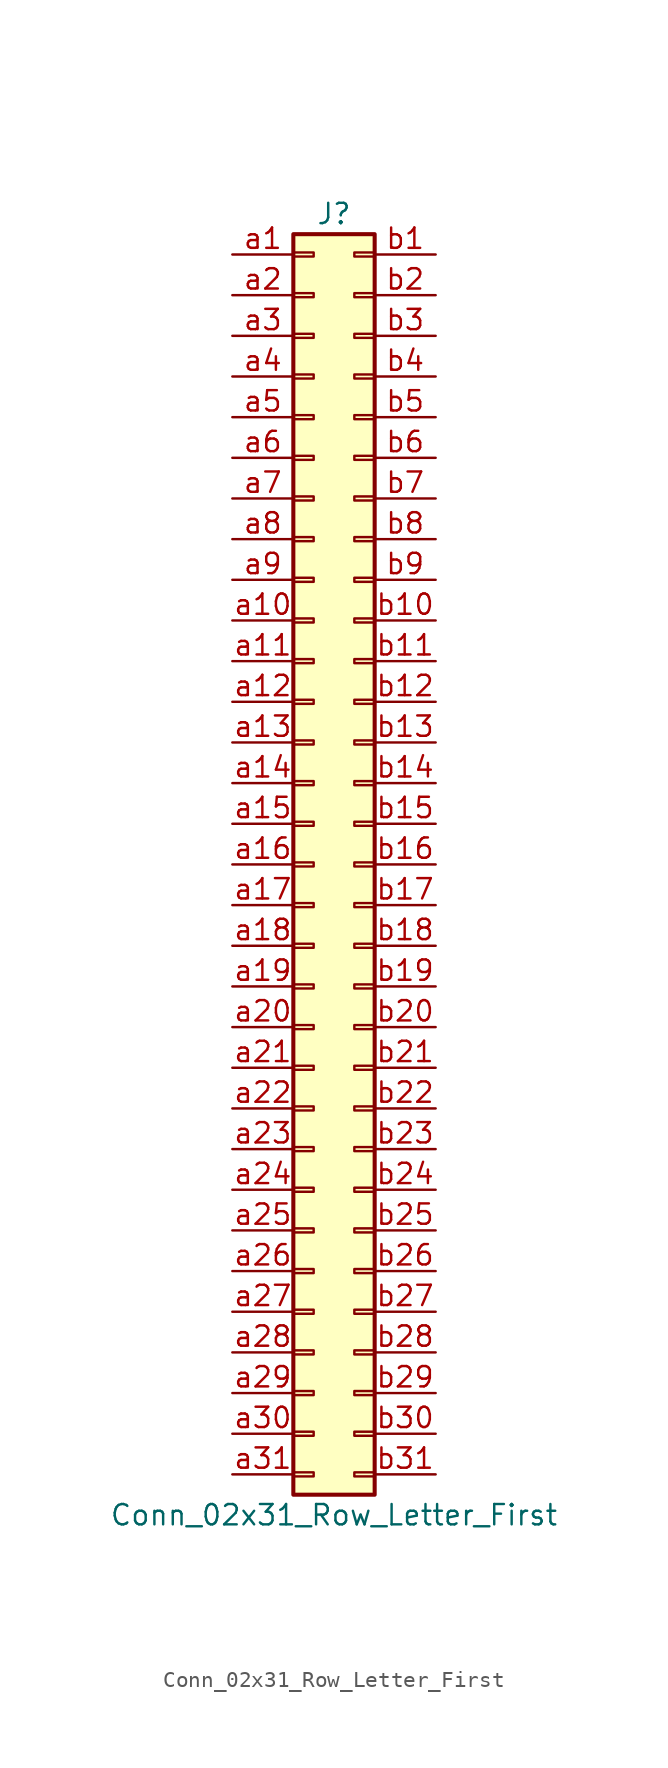
<source format=kicad_sym>
(kicad_symbol_lib
  (version 20201005)
  (generator kicad_symbol_editor)
  (symbol "Connector_Generic:Conn_02x31_Row_Letter_First"
    (pin_names
      (offset 1.016) hide)
    (property "Reference" "J"
      (at 1.27 40.64 0)
      (effects (font (size 1.27 1.27))))
    (property "Value" "Conn_02x31_Row_Letter_First"
      (at 1.27 -40.64 0)
      (effects (font (size 1.27 1.27))))
    (symbol "Conn_02x31_Row_Letter_First_1_1"
      (rectangle (start -1.27 -27.813) (end 0 -28.067) (stroke (width 0.152)) (fill (type none)))
      (rectangle (start -1.27 -30.353) (end 0 -30.607) (stroke (width 0.152)) (fill (type none)))
      (rectangle (start -1.27 -32.893) (end 0 -33.147) (stroke (width 0.152)) (fill (type none)))
      (rectangle (start -1.27 -35.433) (end 0 -35.687) (stroke (width 0.152)) (fill (type none)))
      (rectangle (start -1.27 -37.973) (end 0 -38.227) (stroke (width 0.152)) (fill (type none)))
      (rectangle (start -1.27 -4.953) (end 0 -5.207) (stroke (width 0.152)) (fill (type none)))
      (rectangle (start -1.27 -7.493) (end 0 -7.747) (stroke (width 0.152)) (fill (type none)))
      (rectangle (start -1.27 -10.033) (end 0 -10.287) (stroke (width 0.152)) (fill (type none)))
      (rectangle (start -1.27 -12.573) (end 0 -12.827) (stroke (width 0.152)) (fill (type none)))
      (rectangle (start -1.27 -15.113) (end 0 -15.367) (stroke (width 0.152)) (fill (type none)))
      (rectangle (start -1.27 -17.653) (end 0 -17.907) (stroke (width 0.152)) (fill (type none)))
      (rectangle (start -1.27 -20.193) (end 0 -20.447) (stroke (width 0.152)) (fill (type none)))
      (rectangle (start -1.27 -22.733) (end 0 -22.987) (stroke (width 0.152)) (fill (type none)))
      (rectangle (start -1.27 -2.413) (end 0 -2.667) (stroke (width 0.152)) (fill (type none)))
      (rectangle (start -1.27 -25.273) (end 0 -25.527) (stroke (width 0.152)) (fill (type none)))
      (rectangle (start -1.27 25.527) (end 0 25.273) (stroke (width 0.152)) (fill (type none)))
      (rectangle (start -1.27 2.667) (end 0 2.413) (stroke (width 0.152)) (fill (type none)))
      (rectangle (start -1.27 28.067) (end 0 27.813) (stroke (width 0.152)) (fill (type none)))
      (rectangle (start -1.27 30.607) (end 0 30.353) (stroke (width 0.152)) (fill (type none)))
      (rectangle (start -1.27 33.147) (end 0 32.893) (stroke (width 0.152)) (fill (type none)))
      (rectangle (start -1.27 35.687) (end 0 35.433) (stroke (width 0.152)) (fill (type none)))
      (rectangle (start -1.27 38.227) (end 0 37.973) (stroke (width 0.152)) (fill (type none)))
      (rectangle (start -1.27 39.37) (end 3.81 -39.37) (stroke (width 0.254)) (fill (type background)))
      (rectangle (start -1.27 5.207) (end 0 4.953) (stroke (width 0.152)) (fill (type none)))
      (rectangle (start -1.27 7.747) (end 0 7.493) (stroke (width 0.152)) (fill (type none)))
      (rectangle (start -1.27 10.287) (end 0 10.033) (stroke (width 0.152)) (fill (type none)))
      (rectangle (start -1.27 0.127) (end 0 -0.127) (stroke (width 0.152)) (fill (type none)))
      (rectangle (start -1.27 12.827) (end 0 12.573) (stroke (width 0.152)) (fill (type none)))
      (rectangle (start -1.27 15.367) (end 0 15.113) (stroke (width 0.152)) (fill (type none)))
      (rectangle (start -1.27 17.907) (end 0 17.653) (stroke (width 0.152)) (fill (type none)))
      (rectangle (start -1.27 20.447) (end 0 20.193) (stroke (width 0.152)) (fill (type none)))
      (rectangle (start -1.27 22.987) (end 0 22.733) (stroke (width 0.152)) (fill (type none)))
      (rectangle (start 3.81 -27.813) (end 2.54 -28.067) (stroke (width 0.152)) (fill (type none)))
      (rectangle (start 3.81 -30.353) (end 2.54 -30.607) (stroke (width 0.152)) (fill (type none)))
      (rectangle (start 3.81 -32.893) (end 2.54 -33.147) (stroke (width 0.152)) (fill (type none)))
      (rectangle (start 3.81 -35.433) (end 2.54 -35.687) (stroke (width 0.152)) (fill (type none)))
      (rectangle (start 3.81 -37.973) (end 2.54 -38.227) (stroke (width 0.152)) (fill (type none)))
      (rectangle (start 3.81 -4.953) (end 2.54 -5.207) (stroke (width 0.152)) (fill (type none)))
      (rectangle (start 3.81 -7.493) (end 2.54 -7.747) (stroke (width 0.152)) (fill (type none)))
      (rectangle (start 3.81 -10.033) (end 2.54 -10.287) (stroke (width 0.152)) (fill (type none)))
      (rectangle (start 3.81 -12.573) (end 2.54 -12.827) (stroke (width 0.152)) (fill (type none)))
      (rectangle (start 3.81 -15.113) (end 2.54 -15.367) (stroke (width 0.152)) (fill (type none)))
      (rectangle (start 3.81 -17.653) (end 2.54 -17.907) (stroke (width 0.152)) (fill (type none)))
      (rectangle (start 3.81 -20.193) (end 2.54 -20.447) (stroke (width 0.152)) (fill (type none)))
      (rectangle (start 3.81 -22.733) (end 2.54 -22.987) (stroke (width 0.152)) (fill (type none)))
      (rectangle (start 3.81 -2.413) (end 2.54 -2.667) (stroke (width 0.152)) (fill (type none)))
      (rectangle (start 3.81 -25.273) (end 2.54 -25.527) (stroke (width 0.152)) (fill (type none)))
      (rectangle (start 3.81 25.527) (end 2.54 25.273) (stroke (width 0.152)) (fill (type none)))
      (rectangle (start 3.81 2.667) (end 2.54 2.413) (stroke (width 0.152)) (fill (type none)))
      (rectangle (start 3.81 28.067) (end 2.54 27.813) (stroke (width 0.152)) (fill (type none)))
      (rectangle (start 3.81 30.607) (end 2.54 30.353) (stroke (width 0.152)) (fill (type none)))
      (rectangle (start 3.81 33.147) (end 2.54 32.893) (stroke (width 0.152)) (fill (type none)))
      (rectangle (start 3.81 35.687) (end 2.54 35.433) (stroke (width 0.152)) (fill (type none)))
      (rectangle (start 3.81 38.227) (end 2.54 37.973) (stroke (width 0.152)) (fill (type none)))
      (rectangle (start 3.81 5.207) (end 2.54 4.953) (stroke (width 0.152)) (fill (type none)))
      (rectangle (start 3.81 7.747) (end 2.54 7.493) (stroke (width 0.152)) (fill (type none)))
      (rectangle (start 3.81 10.287) (end 2.54 10.033) (stroke (width 0.152)) (fill (type none)))
      (rectangle (start 3.81 0.127) (end 2.54 -0.127) (stroke (width 0.152)) (fill (type none)))
      (rectangle (start 3.81 12.827) (end 2.54 12.573) (stroke (width 0.152)) (fill (type none)))
      (rectangle (start 3.81 15.367) (end 2.54 15.113) (stroke (width 0.152)) (fill (type none)))
      (rectangle (start 3.81 17.907) (end 2.54 17.653) (stroke (width 0.152)) (fill (type none)))
      (rectangle (start 3.81 20.447) (end 2.54 20.193) (stroke (width 0.152)) (fill (type none)))
      (rectangle (start 3.81 22.987) (end 2.54 22.733) (stroke (width 0.152)) (fill (type none)))
      (pin passive line (at -5.08 38.1 0) (length 3.81) (name "Pin_a1" (effects (font (size 1.27 1.27)))) (number "a1" (effects (font (size 1.27 1.27)))))
      (pin passive line (at -5.08 15.24 0) (length 3.81) (name "Pin_a10" (effects (font (size 1.27 1.27)))) (number "a10" (effects (font (size 1.27 1.27)))))
      (pin passive line (at -5.08 12.7 0) (length 3.81) (name "Pin_a11" (effects (font (size 1.27 1.27)))) (number "a11" (effects (font (size 1.27 1.27)))))
      (pin passive line (at -5.08 10.16 0) (length 3.81) (name "Pin_a12" (effects (font (size 1.27 1.27)))) (number "a12" (effects (font (size 1.27 1.27)))))
      (pin passive line (at -5.08 7.62 0) (length 3.81) (name "Pin_a13" (effects (font (size 1.27 1.27)))) (number "a13" (effects (font (size 1.27 1.27)))))
      (pin passive line (at -5.08 5.08 0) (length 3.81) (name "Pin_a14" (effects (font (size 1.27 1.27)))) (number "a14" (effects (font (size 1.27 1.27)))))
      (pin passive line (at -5.08 2.54 0) (length 3.81) (name "Pin_a15" (effects (font (size 1.27 1.27)))) (number "a15" (effects (font (size 1.27 1.27)))))
      (pin passive line (at -5.08 0 0) (length 3.81) (name "Pin_a16" (effects (font (size 1.27 1.27)))) (number "a16" (effects (font (size 1.27 1.27)))))
      (pin passive line (at -5.08 -2.54 0) (length 3.81) (name "Pin_a17" (effects (font (size 1.27 1.27)))) (number "a17" (effects (font (size 1.27 1.27)))))
      (pin passive line (at -5.08 -5.08 0) (length 3.81) (name "Pin_a18" (effects (font (size 1.27 1.27)))) (number "a18" (effects (font (size 1.27 1.27)))))
      (pin passive line (at -5.08 -7.62 0) (length 3.81) (name "Pin_a19" (effects (font (size 1.27 1.27)))) (number "a19" (effects (font (size 1.27 1.27)))))
      (pin passive line (at -5.08 35.56 0) (length 3.81) (name "Pin_a2" (effects (font (size 1.27 1.27)))) (number "a2" (effects (font (size 1.27 1.27)))))
      (pin passive line (at -5.08 -10.16 0) (length 3.81) (name "Pin_a20" (effects (font (size 1.27 1.27)))) (number "a20" (effects (font (size 1.27 1.27)))))
      (pin passive line (at -5.08 -12.7 0) (length 3.81) (name "Pin_a21" (effects (font (size 1.27 1.27)))) (number "a21" (effects (font (size 1.27 1.27)))))
      (pin passive line (at -5.08 -15.24 0) (length 3.81) (name "Pin_a22" (effects (font (size 1.27 1.27)))) (number "a22" (effects (font (size 1.27 1.27)))))
      (pin passive line (at -5.08 -17.78 0) (length 3.81) (name "Pin_a23" (effects (font (size 1.27 1.27)))) (number "a23" (effects (font (size 1.27 1.27)))))
      (pin passive line (at -5.08 -20.32 0) (length 3.81) (name "Pin_a24" (effects (font (size 1.27 1.27)))) (number "a24" (effects (font (size 1.27 1.27)))))
      (pin passive line (at -5.08 -22.86 0) (length 3.81) (name "Pin_a25" (effects (font (size 1.27 1.27)))) (number "a25" (effects (font (size 1.27 1.27)))))
      (pin passive line (at -5.08 -25.4 0) (length 3.81) (name "Pin_a26" (effects (font (size 1.27 1.27)))) (number "a26" (effects (font (size 1.27 1.27)))))
      (pin passive line (at -5.08 -27.94 0) (length 3.81) (name "Pin_a27" (effects (font (size 1.27 1.27)))) (number "a27" (effects (font (size 1.27 1.27)))))
      (pin passive line (at -5.08 -30.48 0) (length 3.81) (name "Pin_a28" (effects (font (size 1.27 1.27)))) (number "a28" (effects (font (size 1.27 1.27)))))
      (pin passive line (at -5.08 -33.02 0) (length 3.81) (name "Pin_a29" (effects (font (size 1.27 1.27)))) (number "a29" (effects (font (size 1.27 1.27)))))
      (pin passive line (at -5.08 33.02 0) (length 3.81) (name "Pin_a3" (effects (font (size 1.27 1.27)))) (number "a3" (effects (font (size 1.27 1.27)))))
      (pin passive line (at -5.08 -35.56 0) (length 3.81) (name "Pin_a30" (effects (font (size 1.27 1.27)))) (number "a30" (effects (font (size 1.27 1.27)))))
      (pin passive line (at -5.08 -38.1 0) (length 3.81) (name "Pin_a31" (effects (font (size 1.27 1.27)))) (number "a31" (effects (font (size 1.27 1.27)))))
      (pin passive line (at -5.08 30.48 0) (length 3.81) (name "Pin_a4" (effects (font (size 1.27 1.27)))) (number "a4" (effects (font (size 1.27 1.27)))))
      (pin passive line (at -5.08 27.94 0) (length 3.81) (name "Pin_a5" (effects (font (size 1.27 1.27)))) (number "a5" (effects (font (size 1.27 1.27)))))
      (pin passive line (at -5.08 25.4 0) (length 3.81) (name "Pin_a6" (effects (font (size 1.27 1.27)))) (number "a6" (effects (font (size 1.27 1.27)))))
      (pin passive line (at -5.08 22.86 0) (length 3.81) (name "Pin_a7" (effects (font (size 1.27 1.27)))) (number "a7" (effects (font (size 1.27 1.27)))))
      (pin passive line (at -5.08 20.32 0) (length 3.81) (name "Pin_a8" (effects (font (size 1.27 1.27)))) (number "a8" (effects (font (size 1.27 1.27)))))
      (pin passive line (at -5.08 17.78 0) (length 3.81) (name "Pin_a9" (effects (font (size 1.27 1.27)))) (number "a9" (effects (font (size 1.27 1.27)))))
      (pin passive line (at 7.62 38.1 180) (length 3.81) (name "Pin_b1" (effects (font (size 1.27 1.27)))) (number "b1" (effects (font (size 1.27 1.27)))))
      (pin passive line (at 7.62 15.24 180) (length 3.81) (name "Pin_b10" (effects (font (size 1.27 1.27)))) (number "b10" (effects (font (size 1.27 1.27)))))
      (pin passive line (at 7.62 12.7 180) (length 3.81) (name "Pin_b11" (effects (font (size 1.27 1.27)))) (number "b11" (effects (font (size 1.27 1.27)))))
      (pin passive line (at 7.62 10.16 180) (length 3.81) (name "Pin_b12" (effects (font (size 1.27 1.27)))) (number "b12" (effects (font (size 1.27 1.27)))))
      (pin passive line (at 7.62 7.62 180) (length 3.81) (name "Pin_b13" (effects (font (size 1.27 1.27)))) (number "b13" (effects (font (size 1.27 1.27)))))
      (pin passive line (at 7.62 5.08 180) (length 3.81) (name "Pin_b14" (effects (font (size 1.27 1.27)))) (number "b14" (effects (font (size 1.27 1.27)))))
      (pin passive line (at 7.62 2.54 180) (length 3.81) (name "Pin_b15" (effects (font (size 1.27 1.27)))) (number "b15" (effects (font (size 1.27 1.27)))))
      (pin passive line (at 7.62 0 180) (length 3.81) (name "Pin_b16" (effects (font (size 1.27 1.27)))) (number "b16" (effects (font (size 1.27 1.27)))))
      (pin passive line (at 7.62 -2.54 180) (length 3.81) (name "Pin_b17" (effects (font (size 1.27 1.27)))) (number "b17" (effects (font (size 1.27 1.27)))))
      (pin passive line (at 7.62 -5.08 180) (length 3.81) (name "Pin_b18" (effects (font (size 1.27 1.27)))) (number "b18" (effects (font (size 1.27 1.27)))))
      (pin passive line (at 7.62 -7.62 180) (length 3.81) (name "Pin_b19" (effects (font (size 1.27 1.27)))) (number "b19" (effects (font (size 1.27 1.27)))))
      (pin passive line (at 7.62 35.56 180) (length 3.81) (name "Pin_b2" (effects (font (size 1.27 1.27)))) (number "b2" (effects (font (size 1.27 1.27)))))
      (pin passive line (at 7.62 -10.16 180) (length 3.81) (name "Pin_b20" (effects (font (size 1.27 1.27)))) (number "b20" (effects (font (size 1.27 1.27)))))
      (pin passive line (at 7.62 -12.7 180) (length 3.81) (name "Pin_b21" (effects (font (size 1.27 1.27)))) (number "b21" (effects (font (size 1.27 1.27)))))
      (pin passive line (at 7.62 -15.24 180) (length 3.81) (name "Pin_b22" (effects (font (size 1.27 1.27)))) (number "b22" (effects (font (size 1.27 1.27)))))
      (pin passive line (at 7.62 -17.78 180) (length 3.81) (name "Pin_b23" (effects (font (size 1.27 1.27)))) (number "b23" (effects (font (size 1.27 1.27)))))
      (pin passive line (at 7.62 -20.32 180) (length 3.81) (name "Pin_b24" (effects (font (size 1.27 1.27)))) (number "b24" (effects (font (size 1.27 1.27)))))
      (pin passive line (at 7.62 -22.86 180) (length 3.81) (name "Pin_b25" (effects (font (size 1.27 1.27)))) (number "b25" (effects (font (size 1.27 1.27)))))
      (pin passive line (at 7.62 -25.4 180) (length 3.81) (name "Pin_b26" (effects (font (size 1.27 1.27)))) (number "b26" (effects (font (size 1.27 1.27)))))
      (pin passive line (at 7.62 -27.94 180) (length 3.81) (name "Pin_b27" (effects (font (size 1.27 1.27)))) (number "b27" (effects (font (size 1.27 1.27)))))
      (pin passive line (at 7.62 -30.48 180) (length 3.81) (name "Pin_b28" (effects (font (size 1.27 1.27)))) (number "b28" (effects (font (size 1.27 1.27)))))
      (pin passive line (at 7.62 -33.02 180) (length 3.81) (name "Pin_b29" (effects (font (size 1.27 1.27)))) (number "b29" (effects (font (size 1.27 1.27)))))
      (pin passive line (at 7.62 33.02 180) (length 3.81) (name "Pin_b3" (effects (font (size 1.27 1.27)))) (number "b3" (effects (font (size 1.27 1.27)))))
      (pin passive line (at 7.62 -35.56 180) (length 3.81) (name "Pin_b30" (effects (font (size 1.27 1.27)))) (number "b30" (effects (font (size 1.27 1.27)))))
      (pin passive line (at 7.62 -38.1 180) (length 3.81) (name "Pin_b31" (effects (font (size 1.27 1.27)))) (number "b31" (effects (font (size 1.27 1.27)))))
      (pin passive line (at 7.62 30.48 180) (length 3.81) (name "Pin_b4" (effects (font (size 1.27 1.27)))) (number "b4" (effects (font (size 1.27 1.27)))))
      (pin passive line (at 7.62 27.94 180) (length 3.81) (name "Pin_b5" (effects (font (size 1.27 1.27)))) (number "b5" (effects (font (size 1.27 1.27)))))
      (pin passive line (at 7.62 25.4 180) (length 3.81) (name "Pin_b6" (effects (font (size 1.27 1.27)))) (number "b6" (effects (font (size 1.27 1.27)))))
      (pin passive line (at 7.62 22.86 180) (length 3.81) (name "Pin_b7" (effects (font (size 1.27 1.27)))) (number "b7" (effects (font (size 1.27 1.27)))))
      (pin passive line (at 7.62 20.32 180) (length 3.81) (name "Pin_b8" (effects (font (size 1.27 1.27)))) (number "b8" (effects (font (size 1.27 1.27)))))
      (pin passive line (at 7.62 17.78 180) (length 3.81) (name "Pin_b9" (effects (font (size 1.27 1.27)))) (number "b9" (effects (font (size 1.27 1.27))))))))
</source>
